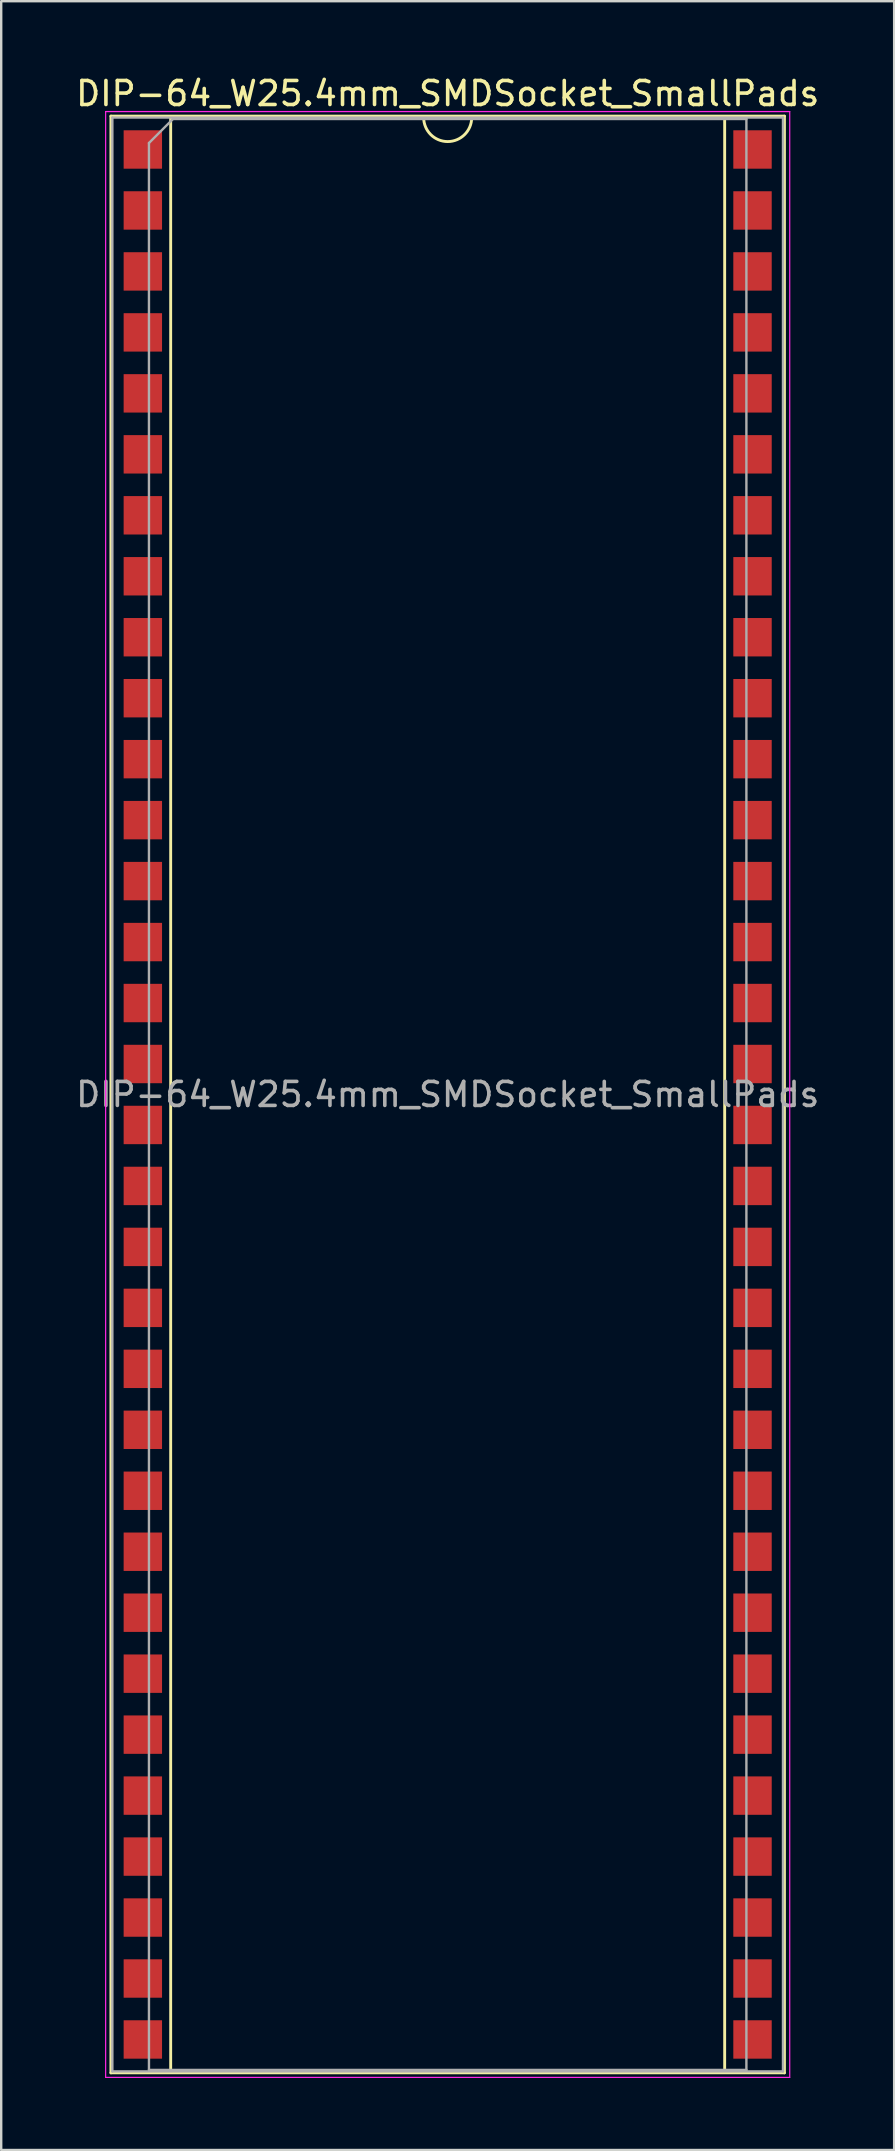
<source format=kicad_pcb>
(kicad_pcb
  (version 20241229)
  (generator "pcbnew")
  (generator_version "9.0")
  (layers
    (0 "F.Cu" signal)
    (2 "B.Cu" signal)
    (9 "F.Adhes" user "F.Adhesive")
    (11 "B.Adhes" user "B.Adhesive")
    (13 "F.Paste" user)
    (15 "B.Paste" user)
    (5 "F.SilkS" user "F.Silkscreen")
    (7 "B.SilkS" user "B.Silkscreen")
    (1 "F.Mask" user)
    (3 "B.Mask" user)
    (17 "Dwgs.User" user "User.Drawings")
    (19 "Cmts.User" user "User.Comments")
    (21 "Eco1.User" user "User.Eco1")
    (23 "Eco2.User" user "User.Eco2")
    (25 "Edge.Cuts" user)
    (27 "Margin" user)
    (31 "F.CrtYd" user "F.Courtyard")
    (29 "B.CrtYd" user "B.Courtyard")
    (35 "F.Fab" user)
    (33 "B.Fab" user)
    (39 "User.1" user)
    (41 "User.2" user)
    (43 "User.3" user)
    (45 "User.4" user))
  (footprint "DIP-64_W25.4mm_SMDSocket_SmallPads"
    (layer "F.Cu")
    (at 15.601 42.548)
    (property "Reference" "DIP-64_W25.4mm_SMDSocket_SmallPads" (at 0 -41.7 0) (layer "F.SilkS") (effects (font (size 1 1) (thickness 0.15))))
    (attr smd)
    (fp_line (start -14.03 -40.76) (end -14.03 40.76) (stroke (width 0.12) (type solid)) (layer "F.SilkS"))
    (fp_line (start -14.03 40.76) (end 14.03 40.76) (stroke (width 0.12) (type solid)) (layer "F.SilkS"))
    (fp_line (start -11.54 -40.7) (end -11.54 40.7) (stroke (width 0.12) (type solid)) (layer "F.SilkS"))
    (fp_line (start -11.54 40.7) (end 11.54 40.7) (stroke (width 0.12) (type solid)) (layer "F.SilkS"))
    (fp_line (start -1 -40.7) (end -11.54 -40.7) (stroke (width 0.12) (type solid)) (layer "F.SilkS"))
    (fp_line (start 11.54 -40.7) (end 1 -40.7) (stroke (width 0.12) (type solid)) (layer "F.SilkS"))
    (fp_line (start 11.54 40.7) (end 11.54 -40.7) (stroke (width 0.12) (type solid)) (layer "F.SilkS"))
    (fp_line (start 14.03 -40.76) (end -14.03 -40.76) (stroke (width 0.12) (type solid)) (layer "F.SilkS"))
    (fp_line (start 14.03 40.76) (end 14.03 -40.76) (stroke (width 0.12) (type solid)) (layer "F.SilkS"))
    (fp_arc (start 1 -40.7) (mid 0 -39.7) (end -1 -40.7) (stroke (width 0.12) (type solid)) (layer "F.SilkS"))
    (fp_line (start -14.25 -40.95) (end -14.25 40.95) (stroke (width 0.05) (type solid)) (layer "F.CrtYd"))
    (fp_line (start -14.25 40.95) (end 14.25 40.95) (stroke (width 0.05) (type solid)) (layer "F.CrtYd"))
    (fp_line (start 14.25 -40.95) (end -14.25 -40.95) (stroke (width 0.05) (type solid)) (layer "F.CrtYd"))
    (fp_line (start 14.25 40.95) (end 14.25 -40.95) (stroke (width 0.05) (type solid)) (layer "F.CrtYd"))
    (fp_line (start -13.97 -40.7) (end -13.97 40.7) (stroke (width 0.1) (type solid)) (layer "F.Fab"))
    (fp_line (start -13.97 40.7) (end 13.97 40.7) (stroke (width 0.1) (type solid)) (layer "F.Fab"))
    (fp_line (start -12.445 -39.64) (end -11.445 -40.64) (stroke (width 0.1) (type solid)) (layer "F.Fab"))
    (fp_line (start -12.445 40.64) (end -12.445 -39.64) (stroke (width 0.1) (type solid)) (layer "F.Fab"))
    (fp_line (start -11.445 -40.64) (end 12.445 -40.64) (stroke (width 0.1) (type solid)) (layer "F.Fab"))
    (fp_line (start 12.445 -40.64) (end 12.445 40.64) (stroke (width 0.1) (type solid)) (layer "F.Fab"))
    (fp_line (start 12.445 40.64) (end -12.445 40.64) (stroke (width 0.1) (type solid)) (layer "F.Fab"))
    (fp_line (start 13.97 -40.7) (end -13.97 -40.7) (stroke (width 0.1) (type solid)) (layer "F.Fab"))
    (fp_line (start 13.97 40.7) (end 13.97 -40.7) (stroke (width 0.1) (type solid)) (layer "F.Fab"))
    (fp_text user "${REFERENCE}" (at 0 0 0) (layer "F.Fab") (effects (font (size 1 1) (thickness 0.15))))
    (pad "1" smd rect (at -12.7 -39.37) (size 1.6 1.6) (layers "F.Cu" "F.Mask" "F.Paste"))
    (pad "2" smd rect (at -12.7 -36.83) (size 1.6 1.6) (layers "F.Cu" "F.Mask" "F.Paste"))
    (pad "3" smd rect (at -12.7 -34.29) (size 1.6 1.6) (layers "F.Cu" "F.Mask" "F.Paste"))
    (pad "4" smd rect (at -12.7 -31.75) (size 1.6 1.6) (layers "F.Cu" "F.Mask" "F.Paste"))
    (pad "5" smd rect (at -12.7 -29.21) (size 1.6 1.6) (layers "F.Cu" "F.Mask" "F.Paste"))
    (pad "6" smd rect (at -12.7 -26.67) (size 1.6 1.6) (layers "F.Cu" "F.Mask" "F.Paste"))
    (pad "7" smd rect (at -12.7 -24.13) (size 1.6 1.6) (layers "F.Cu" "F.Mask" "F.Paste"))
    (pad "8" smd rect (at -12.7 -21.59) (size 1.6 1.6) (layers "F.Cu" "F.Mask" "F.Paste"))
    (pad "9" smd rect (at -12.7 -19.05) (size 1.6 1.6) (layers "F.Cu" "F.Mask" "F.Paste"))
    (pad "10" smd rect (at -12.7 -16.51) (size 1.6 1.6) (layers "F.Cu" "F.Mask" "F.Paste"))
    (pad "11" smd rect (at -12.7 -13.97) (size 1.6 1.6) (layers "F.Cu" "F.Mask" "F.Paste"))
    (pad "12" smd rect (at -12.7 -11.43) (size 1.6 1.6) (layers "F.Cu" "F.Mask" "F.Paste"))
    (pad "13" smd rect (at -12.7 -8.89) (size 1.6 1.6) (layers "F.Cu" "F.Mask" "F.Paste"))
    (pad "14" smd rect (at -12.7 -6.35) (size 1.6 1.6) (layers "F.Cu" "F.Mask" "F.Paste"))
    (pad "15" smd rect (at -12.7 -3.81) (size 1.6 1.6) (layers "F.Cu" "F.Mask" "F.Paste"))
    (pad "16" smd rect (at -12.7 -1.27) (size 1.6 1.6) (layers "F.Cu" "F.Mask" "F.Paste"))
    (pad "17" smd rect (at -12.7 1.27) (size 1.6 1.6) (layers "F.Cu" "F.Mask" "F.Paste"))
    (pad "18" smd rect (at -12.7 3.81) (size 1.6 1.6) (layers "F.Cu" "F.Mask" "F.Paste"))
    (pad "19" smd rect (at -12.7 6.35) (size 1.6 1.6) (layers "F.Cu" "F.Mask" "F.Paste"))
    (pad "20" smd rect (at -12.7 8.89) (size 1.6 1.6) (layers "F.Cu" "F.Mask" "F.Paste"))
    (pad "21" smd rect (at -12.7 11.43) (size 1.6 1.6) (layers "F.Cu" "F.Mask" "F.Paste"))
    (pad "22" smd rect (at -12.7 13.97) (size 1.6 1.6) (layers "F.Cu" "F.Mask" "F.Paste"))
    (pad "23" smd rect (at -12.7 16.51) (size 1.6 1.6) (layers "F.Cu" "F.Mask" "F.Paste"))
    (pad "24" smd rect (at -12.7 19.05) (size 1.6 1.6) (layers "F.Cu" "F.Mask" "F.Paste"))
    (pad "25" smd rect (at -12.7 21.59) (size 1.6 1.6) (layers "F.Cu" "F.Mask" "F.Paste"))
    (pad "26" smd rect (at -12.7 24.13) (size 1.6 1.6) (layers "F.Cu" "F.Mask" "F.Paste"))
    (pad "27" smd rect (at -12.7 26.67) (size 1.6 1.6) (layers "F.Cu" "F.Mask" "F.Paste"))
    (pad "28" smd rect (at -12.7 29.21) (size 1.6 1.6) (layers "F.Cu" "F.Mask" "F.Paste"))
    (pad "29" smd rect (at -12.7 31.75) (size 1.6 1.6) (layers "F.Cu" "F.Mask" "F.Paste"))
    (pad "30" smd rect (at -12.7 34.29) (size 1.6 1.6) (layers "F.Cu" "F.Mask" "F.Paste"))
    (pad "31" smd rect (at -12.7 36.83) (size 1.6 1.6) (layers "F.Cu" "F.Mask" "F.Paste"))
    (pad "32" smd rect (at -12.7 39.37) (size 1.6 1.6) (layers "F.Cu" "F.Mask" "F.Paste"))
    (pad "33" smd rect (at 12.7 39.37) (size 1.6 1.6) (layers "F.Cu" "F.Mask" "F.Paste"))
    (pad "34" smd rect (at 12.7 36.83) (size 1.6 1.6) (layers "F.Cu" "F.Mask" "F.Paste"))
    (pad "35" smd rect (at 12.7 34.29) (size 1.6 1.6) (layers "F.Cu" "F.Mask" "F.Paste"))
    (pad "36" smd rect (at 12.7 31.75) (size 1.6 1.6) (layers "F.Cu" "F.Mask" "F.Paste"))
    (pad "37" smd rect (at 12.7 29.21) (size 1.6 1.6) (layers "F.Cu" "F.Mask" "F.Paste"))
    (pad "38" smd rect (at 12.7 26.67) (size 1.6 1.6) (layers "F.Cu" "F.Mask" "F.Paste"))
    (pad "39" smd rect (at 12.7 24.13) (size 1.6 1.6) (layers "F.Cu" "F.Mask" "F.Paste"))
    (pad "40" smd rect (at 12.7 21.59) (size 1.6 1.6) (layers "F.Cu" "F.Mask" "F.Paste"))
    (pad "41" smd rect (at 12.7 19.05) (size 1.6 1.6) (layers "F.Cu" "F.Mask" "F.Paste"))
    (pad "42" smd rect (at 12.7 16.51) (size 1.6 1.6) (layers "F.Cu" "F.Mask" "F.Paste"))
    (pad "43" smd rect (at 12.7 13.97) (size 1.6 1.6) (layers "F.Cu" "F.Mask" "F.Paste"))
    (pad "44" smd rect (at 12.7 11.43) (size 1.6 1.6) (layers "F.Cu" "F.Mask" "F.Paste"))
    (pad "45" smd rect (at 12.7 8.89) (size 1.6 1.6) (layers "F.Cu" "F.Mask" "F.Paste"))
    (pad "46" smd rect (at 12.7 6.35) (size 1.6 1.6) (layers "F.Cu" "F.Mask" "F.Paste"))
    (pad "47" smd rect (at 12.7 3.81) (size 1.6 1.6) (layers "F.Cu" "F.Mask" "F.Paste"))
    (pad "48" smd rect (at 12.7 1.27) (size 1.6 1.6) (layers "F.Cu" "F.Mask" "F.Paste"))
    (pad "49" smd rect (at 12.7 -1.27) (size 1.6 1.6) (layers "F.Cu" "F.Mask" "F.Paste"))
    (pad "50" smd rect (at 12.7 -3.81) (size 1.6 1.6) (layers "F.Cu" "F.Mask" "F.Paste"))
    (pad "51" smd rect (at 12.7 -6.35) (size 1.6 1.6) (layers "F.Cu" "F.Mask" "F.Paste"))
    (pad "52" smd rect (at 12.7 -8.89) (size 1.6 1.6) (layers "F.Cu" "F.Mask" "F.Paste"))
    (pad "53" smd rect (at 12.7 -11.43) (size 1.6 1.6) (layers "F.Cu" "F.Mask" "F.Paste"))
    (pad "54" smd rect (at 12.7 -13.97) (size 1.6 1.6) (layers "F.Cu" "F.Mask" "F.Paste"))
    (pad "55" smd rect (at 12.7 -16.51) (size 1.6 1.6) (layers "F.Cu" "F.Mask" "F.Paste"))
    (pad "56" smd rect (at 12.7 -19.05) (size 1.6 1.6) (layers "F.Cu" "F.Mask" "F.Paste"))
    (pad "57" smd rect (at 12.7 -21.59) (size 1.6 1.6) (layers "F.Cu" "F.Mask" "F.Paste"))
    (pad "58" smd rect (at 12.7 -24.13) (size 1.6 1.6) (layers "F.Cu" "F.Mask" "F.Paste"))
    (pad "59" smd rect (at 12.7 -26.67) (size 1.6 1.6) (layers "F.Cu" "F.Mask" "F.Paste"))
    (pad "60" smd rect (at 12.7 -29.21) (size 1.6 1.6) (layers "F.Cu" "F.Mask" "F.Paste"))
    (pad "61" smd rect (at 12.7 -31.75) (size 1.6 1.6) (layers "F.Cu" "F.Mask" "F.Paste"))
    (pad "62" smd rect (at 12.7 -34.29) (size 1.6 1.6) (layers "F.Cu" "F.Mask" "F.Paste"))
    (pad "63" smd rect (at 12.7 -36.83) (size 1.6 1.6) (layers "F.Cu" "F.Mask" "F.Paste"))
    (pad "64" smd rect (at 12.7 -39.37) (size 1.6 1.6) (layers "F.Cu" "F.Mask" "F.Paste")))
  (gr_rect
    (start -3 -3)
    (end 34.202 86.523)
    (stroke (width 0.1) (type default))
    (fill no)
    (layer "Edge.Cuts")))
</source>
